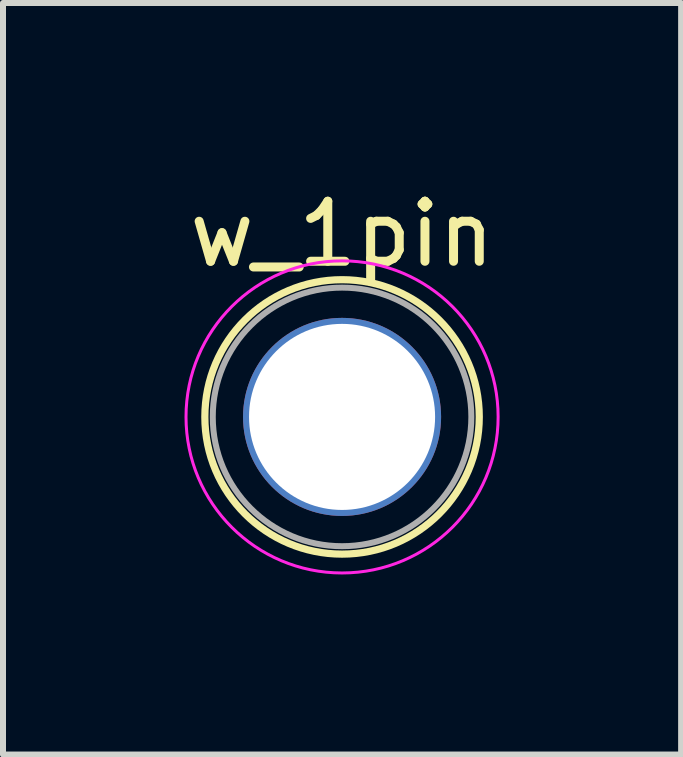
<source format=kicad_pcb>
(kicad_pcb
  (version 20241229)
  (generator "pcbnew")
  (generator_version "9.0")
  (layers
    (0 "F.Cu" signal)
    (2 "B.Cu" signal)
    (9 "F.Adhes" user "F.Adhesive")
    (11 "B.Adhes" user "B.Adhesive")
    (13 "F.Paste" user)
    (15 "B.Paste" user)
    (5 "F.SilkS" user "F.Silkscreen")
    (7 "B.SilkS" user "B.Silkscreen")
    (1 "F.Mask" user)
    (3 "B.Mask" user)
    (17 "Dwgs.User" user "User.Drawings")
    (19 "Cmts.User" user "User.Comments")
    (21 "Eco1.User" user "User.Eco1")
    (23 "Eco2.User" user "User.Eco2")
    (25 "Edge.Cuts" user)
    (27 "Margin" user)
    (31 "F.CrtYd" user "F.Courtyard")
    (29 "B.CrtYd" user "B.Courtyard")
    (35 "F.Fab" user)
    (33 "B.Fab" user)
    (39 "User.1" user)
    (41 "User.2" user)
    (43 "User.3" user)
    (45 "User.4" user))
  (footprint "w_1pin"
    (layer "F.Cu")
    (at 2.649 3.896)
    (property "Reference" "w_1pin" (at 0 -3.048 0) (layer "F.SilkS") (effects (font (size 1 1) (thickness 0.15))))
    (attr through_hole)
    (fp_circle (center 0 0) (end 0 -2.286) (stroke (width 0.12) (type solid)) (fill no) (layer "F.SilkS"))
    (fp_circle (center 0 0) (end 2.6 0) (stroke (width 0.05) (type solid)) (fill no) (layer "F.CrtYd"))
    (fp_circle (center 0 0) (end 2 0.8) (stroke (width 0.1) (type solid)) (fill no) (layer "F.Fab"))
    (pad "" np_thru_hole circle (at 0 0) (size 3.3 3.3) (drill 3.1) (layers "*.Cu" "*.Mask")))
  (gr_rect
    (start -3 -3)
    (end 8.298 9.521)
    (stroke (width 0.1) (type default))
    (fill no)
    (layer "Edge.Cuts")))
</source>
